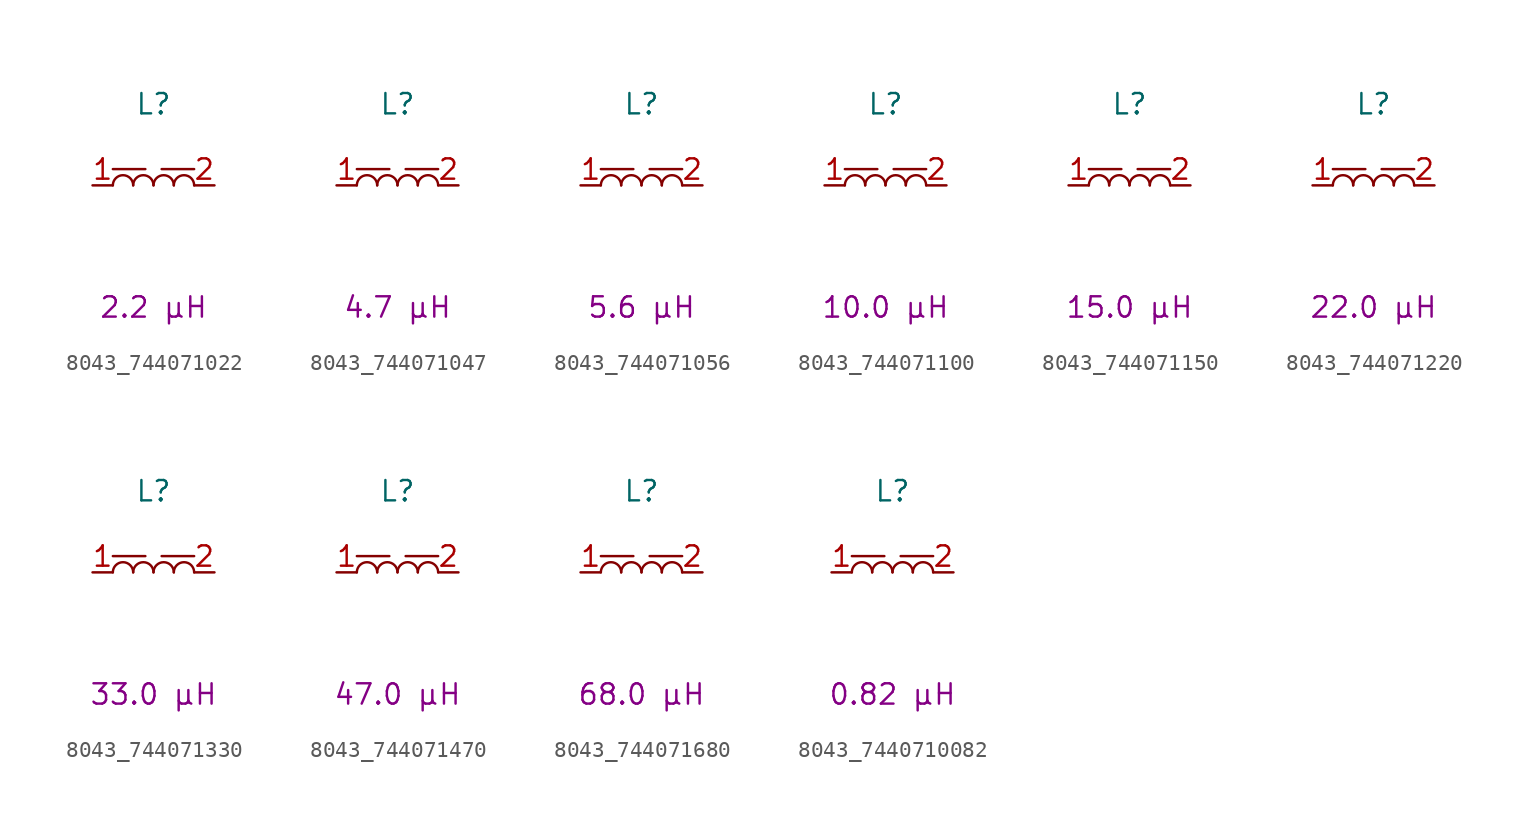
<source format=kicad_sym>
(kicad_symbol_lib
  (version 20220914)
  (generator kicad_symbol_editor)
  (symbol "8043_744071022"
    (pin_names hide)
    (property "Reference" "L"
      (at 0 5.08 0)
      (effects (font (size 1.27 1.27))))
    (property "Critical Parameter" "2.2 µH"
      (at 0 -7.62 0)
      (effects (font (size 1.27 1.27))))
    (symbol "8043_744071022_0_1"
      (arc (start -1.27 0) (mid -1.905 0.6323) (end -2.54 0) (stroke (width 0) (type default)) (fill (type none)))
      (arc (start 0 0) (mid -0.635 0.6323) (end -1.27 0) (stroke (width 0) (type default)) (fill (type none)))
      (polyline (pts (xy -2.54 1.016) (xy -0.508 1.016)) (stroke (width 0) (type default)) (fill (type none)))
      (arc (start 1.27 0) (mid 0.635 0.6323) (end 0 0) (stroke (width 0) (type default)) (fill (type none)))
      (arc (start 2.54 0) (mid 1.905 0.6323) (end 1.27 0) (stroke (width 0) (type default)) (fill (type none))))
    (symbol "8043_744071022_1_1"
      (polyline (pts (xy 2.54 1.016) (xy 0.508 1.016)) (stroke (width 0) (type default)) (fill (type none)))
      (pin passive line (at -3.81 0 0) (length 1.27) (name "1" (effects (font (size 1.27 1.27)))) (number "1" (effects (font (size 1.27 1.27)))))
      (pin passive line (at 3.81 0 180) (length 1.27) (name "2" (effects (font (size 1.27 1.27)))) (number "2" (effects (font (size 1.27 1.27)))))))
  (symbol "8043_744071047"
    (pin_names hide)
    (property "Reference" "L"
      (at 0 5.08 0)
      (effects (font (size 1.27 1.27))))
    (property "Critical Parameter" "4.7 µH"
      (at 0 -7.62 0)
      (effects (font (size 1.27 1.27))))
    (symbol "8043_744071047_0_1"
      (arc (start -1.27 0) (mid -1.905 0.6323) (end -2.54 0) (stroke (width 0) (type default)) (fill (type none)))
      (arc (start 0 0) (mid -0.635 0.6323) (end -1.27 0) (stroke (width 0) (type default)) (fill (type none)))
      (polyline (pts (xy -2.54 1.016) (xy -0.508 1.016)) (stroke (width 0) (type default)) (fill (type none)))
      (arc (start 1.27 0) (mid 0.635 0.6323) (end 0 0) (stroke (width 0) (type default)) (fill (type none)))
      (arc (start 2.54 0) (mid 1.905 0.6323) (end 1.27 0) (stroke (width 0) (type default)) (fill (type none))))
    (symbol "8043_744071047_1_1"
      (polyline (pts (xy 2.54 1.016) (xy 0.508 1.016)) (stroke (width 0) (type default)) (fill (type none)))
      (pin passive line (at -3.81 0 0) (length 1.27) (name "1" (effects (font (size 1.27 1.27)))) (number "1" (effects (font (size 1.27 1.27)))))
      (pin passive line (at 3.81 0 180) (length 1.27) (name "2" (effects (font (size 1.27 1.27)))) (number "2" (effects (font (size 1.27 1.27)))))))
  (symbol "8043_744071056"
    (pin_names hide)
    (property "Reference" "L"
      (at 0 5.08 0)
      (effects (font (size 1.27 1.27))))
    (property "Critical Parameter" "5.6 µH"
      (at 0 -7.62 0)
      (effects (font (size 1.27 1.27))))
    (symbol "8043_744071056_0_1"
      (arc (start -1.27 0) (mid -1.905 0.6323) (end -2.54 0) (stroke (width 0) (type default)) (fill (type none)))
      (arc (start 0 0) (mid -0.635 0.6323) (end -1.27 0) (stroke (width 0) (type default)) (fill (type none)))
      (polyline (pts (xy -2.54 1.016) (xy -0.508 1.016)) (stroke (width 0) (type default)) (fill (type none)))
      (arc (start 1.27 0) (mid 0.635 0.6323) (end 0 0) (stroke (width 0) (type default)) (fill (type none)))
      (arc (start 2.54 0) (mid 1.905 0.6323) (end 1.27 0) (stroke (width 0) (type default)) (fill (type none))))
    (symbol "8043_744071056_1_1"
      (polyline (pts (xy 2.54 1.016) (xy 0.508 1.016)) (stroke (width 0) (type default)) (fill (type none)))
      (pin passive line (at -3.81 0 0) (length 1.27) (name "1" (effects (font (size 1.27 1.27)))) (number "1" (effects (font (size 1.27 1.27)))))
      (pin passive line (at 3.81 0 180) (length 1.27) (name "2" (effects (font (size 1.27 1.27)))) (number "2" (effects (font (size 1.27 1.27)))))))
  (symbol "8043_744071100"
    (pin_names hide)
    (property "Reference" "L"
      (at 0 5.08 0)
      (effects (font (size 1.27 1.27))))
    (property "Critical Parameter" "10.0 µH"
      (at 0 -7.62 0)
      (effects (font (size 1.27 1.27))))
    (symbol "8043_744071100_0_1"
      (arc (start -1.27 0) (mid -1.905 0.6323) (end -2.54 0) (stroke (width 0) (type default)) (fill (type none)))
      (arc (start 0 0) (mid -0.635 0.6323) (end -1.27 0) (stroke (width 0) (type default)) (fill (type none)))
      (polyline (pts (xy -2.54 1.016) (xy -0.508 1.016)) (stroke (width 0) (type default)) (fill (type none)))
      (arc (start 1.27 0) (mid 0.635 0.6323) (end 0 0) (stroke (width 0) (type default)) (fill (type none)))
      (arc (start 2.54 0) (mid 1.905 0.6323) (end 1.27 0) (stroke (width 0) (type default)) (fill (type none))))
    (symbol "8043_744071100_1_1"
      (polyline (pts (xy 2.54 1.016) (xy 0.508 1.016)) (stroke (width 0) (type default)) (fill (type none)))
      (pin passive line (at -3.81 0 0) (length 1.27) (name "1" (effects (font (size 1.27 1.27)))) (number "1" (effects (font (size 1.27 1.27)))))
      (pin passive line (at 3.81 0 180) (length 1.27) (name "2" (effects (font (size 1.27 1.27)))) (number "2" (effects (font (size 1.27 1.27)))))))
  (symbol "8043_744071150"
    (pin_names hide)
    (property "Reference" "L"
      (at 0 5.08 0)
      (effects (font (size 1.27 1.27))))
    (property "Critical Parameter" "15.0 µH"
      (at 0 -7.62 0)
      (effects (font (size 1.27 1.27))))
    (symbol "8043_744071150_0_1"
      (arc (start -1.27 0) (mid -1.905 0.6323) (end -2.54 0) (stroke (width 0) (type default)) (fill (type none)))
      (arc (start 0 0) (mid -0.635 0.6323) (end -1.27 0) (stroke (width 0) (type default)) (fill (type none)))
      (polyline (pts (xy -2.54 1.016) (xy -0.508 1.016)) (stroke (width 0) (type default)) (fill (type none)))
      (arc (start 1.27 0) (mid 0.635 0.6323) (end 0 0) (stroke (width 0) (type default)) (fill (type none)))
      (arc (start 2.54 0) (mid 1.905 0.6323) (end 1.27 0) (stroke (width 0) (type default)) (fill (type none))))
    (symbol "8043_744071150_1_1"
      (polyline (pts (xy 2.54 1.016) (xy 0.508 1.016)) (stroke (width 0) (type default)) (fill (type none)))
      (pin passive line (at -3.81 0 0) (length 1.27) (name "1" (effects (font (size 1.27 1.27)))) (number "1" (effects (font (size 1.27 1.27)))))
      (pin passive line (at 3.81 0 180) (length 1.27) (name "2" (effects (font (size 1.27 1.27)))) (number "2" (effects (font (size 1.27 1.27)))))))
  (symbol "8043_744071220"
    (pin_names hide)
    (property "Reference" "L"
      (at 0 5.08 0)
      (effects (font (size 1.27 1.27))))
    (property "Critical Parameter" "22.0 µH"
      (at 0 -7.62 0)
      (effects (font (size 1.27 1.27))))
    (symbol "8043_744071220_0_1"
      (arc (start -1.27 0) (mid -1.905 0.6323) (end -2.54 0) (stroke (width 0) (type default)) (fill (type none)))
      (arc (start 0 0) (mid -0.635 0.6323) (end -1.27 0) (stroke (width 0) (type default)) (fill (type none)))
      (polyline (pts (xy -2.54 1.016) (xy -0.508 1.016)) (stroke (width 0) (type default)) (fill (type none)))
      (arc (start 1.27 0) (mid 0.635 0.6323) (end 0 0) (stroke (width 0) (type default)) (fill (type none)))
      (arc (start 2.54 0) (mid 1.905 0.6323) (end 1.27 0) (stroke (width 0) (type default)) (fill (type none))))
    (symbol "8043_744071220_1_1"
      (polyline (pts (xy 2.54 1.016) (xy 0.508 1.016)) (stroke (width 0) (type default)) (fill (type none)))
      (pin passive line (at -3.81 0 0) (length 1.27) (name "1" (effects (font (size 1.27 1.27)))) (number "1" (effects (font (size 1.27 1.27)))))
      (pin passive line (at 3.81 0 180) (length 1.27) (name "2" (effects (font (size 1.27 1.27)))) (number "2" (effects (font (size 1.27 1.27)))))))
  (symbol "8043_744071330"
    (pin_names hide)
    (property "Reference" "L"
      (at 0 5.08 0)
      (effects (font (size 1.27 1.27))))
    (property "Critical Parameter" "33.0 µH"
      (at 0 -7.62 0)
      (effects (font (size 1.27 1.27))))
    (symbol "8043_744071330_0_1"
      (arc (start -1.27 0) (mid -1.905 0.6323) (end -2.54 0) (stroke (width 0) (type default)) (fill (type none)))
      (arc (start 0 0) (mid -0.635 0.6323) (end -1.27 0) (stroke (width 0) (type default)) (fill (type none)))
      (polyline (pts (xy -2.54 1.016) (xy -0.508 1.016)) (stroke (width 0) (type default)) (fill (type none)))
      (arc (start 1.27 0) (mid 0.635 0.6323) (end 0 0) (stroke (width 0) (type default)) (fill (type none)))
      (arc (start 2.54 0) (mid 1.905 0.6323) (end 1.27 0) (stroke (width 0) (type default)) (fill (type none))))
    (symbol "8043_744071330_1_1"
      (polyline (pts (xy 2.54 1.016) (xy 0.508 1.016)) (stroke (width 0) (type default)) (fill (type none)))
      (pin passive line (at -3.81 0 0) (length 1.27) (name "1" (effects (font (size 1.27 1.27)))) (number "1" (effects (font (size 1.27 1.27)))))
      (pin passive line (at 3.81 0 180) (length 1.27) (name "2" (effects (font (size 1.27 1.27)))) (number "2" (effects (font (size 1.27 1.27)))))))
  (symbol "8043_744071470"
    (pin_names hide)
    (property "Reference" "L"
      (at 0 5.08 0)
      (effects (font (size 1.27 1.27))))
    (property "Critical Parameter" "47.0 µH"
      (at 0 -7.62 0)
      (effects (font (size 1.27 1.27))))
    (symbol "8043_744071470_0_1"
      (arc (start -1.27 0) (mid -1.905 0.6323) (end -2.54 0) (stroke (width 0) (type default)) (fill (type none)))
      (arc (start 0 0) (mid -0.635 0.6323) (end -1.27 0) (stroke (width 0) (type default)) (fill (type none)))
      (polyline (pts (xy -2.54 1.016) (xy -0.508 1.016)) (stroke (width 0) (type default)) (fill (type none)))
      (arc (start 1.27 0) (mid 0.635 0.6323) (end 0 0) (stroke (width 0) (type default)) (fill (type none)))
      (arc (start 2.54 0) (mid 1.905 0.6323) (end 1.27 0) (stroke (width 0) (type default)) (fill (type none))))
    (symbol "8043_744071470_1_1"
      (polyline (pts (xy 2.54 1.016) (xy 0.508 1.016)) (stroke (width 0) (type default)) (fill (type none)))
      (pin passive line (at -3.81 0 0) (length 1.27) (name "1" (effects (font (size 1.27 1.27)))) (number "1" (effects (font (size 1.27 1.27)))))
      (pin passive line (at 3.81 0 180) (length 1.27) (name "2" (effects (font (size 1.27 1.27)))) (number "2" (effects (font (size 1.27 1.27)))))))
  (symbol "8043_744071680"
    (pin_names hide)
    (property "Reference" "L"
      (at 0 5.08 0)
      (effects (font (size 1.27 1.27))))
    (property "Critical Parameter" "68.0 µH"
      (at 0 -7.62 0)
      (effects (font (size 1.27 1.27))))
    (symbol "8043_744071680_0_1"
      (arc (start -1.27 0) (mid -1.905 0.6323) (end -2.54 0) (stroke (width 0) (type default)) (fill (type none)))
      (arc (start 0 0) (mid -0.635 0.6323) (end -1.27 0) (stroke (width 0) (type default)) (fill (type none)))
      (polyline (pts (xy -2.54 1.016) (xy -0.508 1.016)) (stroke (width 0) (type default)) (fill (type none)))
      (arc (start 1.27 0) (mid 0.635 0.6323) (end 0 0) (stroke (width 0) (type default)) (fill (type none)))
      (arc (start 2.54 0) (mid 1.905 0.6323) (end 1.27 0) (stroke (width 0) (type default)) (fill (type none))))
    (symbol "8043_744071680_1_1"
      (polyline (pts (xy 2.54 1.016) (xy 0.508 1.016)) (stroke (width 0) (type default)) (fill (type none)))
      (pin passive line (at -3.81 0 0) (length 1.27) (name "1" (effects (font (size 1.27 1.27)))) (number "1" (effects (font (size 1.27 1.27)))))
      (pin passive line (at 3.81 0 180) (length 1.27) (name "2" (effects (font (size 1.27 1.27)))) (number "2" (effects (font (size 1.27 1.27)))))))
  (symbol "8043_7440710082"
    (pin_names hide)
    (property "Reference" "L"
      (at 0 5.08 0)
      (effects (font (size 1.27 1.27))))
    (property "Critical Parameter" "0.82 µH"
      (at 0 -7.62 0)
      (effects (font (size 1.27 1.27))))
    (symbol "8043_7440710082_0_1"
      (arc (start -1.27 0) (mid -1.905 0.6323) (end -2.54 0) (stroke (width 0) (type default)) (fill (type none)))
      (arc (start 0 0) (mid -0.635 0.6323) (end -1.27 0) (stroke (width 0) (type default)) (fill (type none)))
      (polyline (pts (xy -2.54 1.016) (xy -0.508 1.016)) (stroke (width 0) (type default)) (fill (type none)))
      (arc (start 1.27 0) (mid 0.635 0.6323) (end 0 0) (stroke (width 0) (type default)) (fill (type none)))
      (arc (start 2.54 0) (mid 1.905 0.6323) (end 1.27 0) (stroke (width 0) (type default)) (fill (type none))))
    (symbol "8043_7440710082_1_1"
      (polyline (pts (xy 2.54 1.016) (xy 0.508 1.016)) (stroke (width 0) (type default)) (fill (type none)))
      (pin passive line (at -3.81 0 0) (length 1.27) (name "1" (effects (font (size 1.27 1.27)))) (number "1" (effects (font (size 1.27 1.27)))))
      (pin passive line (at 3.81 0 180) (length 1.27) (name "2" (effects (font (size 1.27 1.27)))) (number "2" (effects (font (size 1.27 1.27))))))))
</source>
